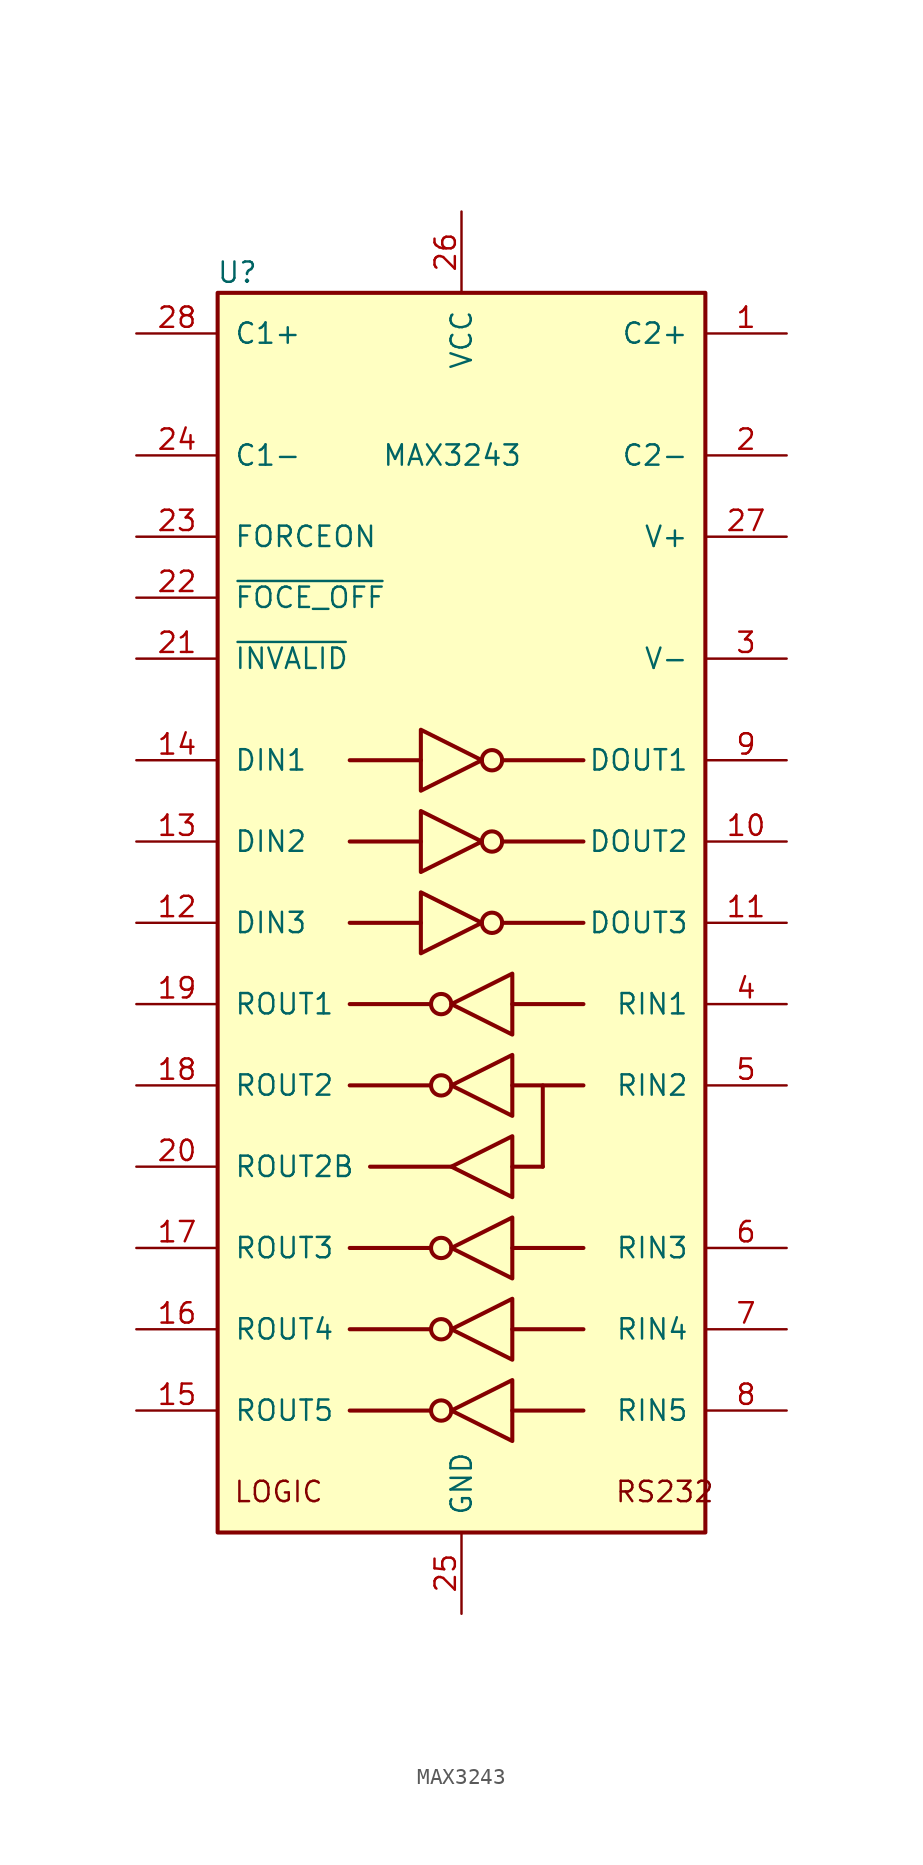
<source format=kicad_sym>
(kicad_symbol_lib
  (version 20211014)
  (generator kicad_symbol_editor)
  (symbol "MAX3243"
    (pin_names
      (offset 1.016))
    (property "Reference" "U"
      (at -12.7 43.18 0)
      (effects (font (size 1.27 1.27)) (justify right)))
    (property "Value" "MAX3243"
      (at 3.81 31.75 0)
      (effects (font (size 1.27 1.27)) (justify right)))
    (symbol "MAX3243_0_0"
      (text "LOGIC" (at -11.43 -33.02 0) (effects (font (size 1.27 1.27))))
      (text "RS232" (at 12.7 -33.02 0) (effects (font (size 1.27 1.27)))))
    (symbol "MAX3243_0_1"
      (rectangle (start -15.24 41.91) (end 15.24 -35.56) (stroke (width 0.254) (type default) (color 0 0 0 0)) (fill (type background)))
      (circle (center -1.27 -27.94) (radius 0.635) (stroke (width 0.254) (type default) (color 0 0 0 0)) (fill (type none)))
      (circle (center -1.27 -22.86) (radius 0.635) (stroke (width 0.254) (type default) (color 0 0 0 0)) (fill (type none)))
      (circle (center -1.27 -17.78) (radius 0.635) (stroke (width 0.254) (type default) (color 0 0 0 0)) (fill (type none)))
      (circle (center -1.27 -7.62) (radius 0.635) (stroke (width 0.254) (type default) (color 0 0 0 0)) (fill (type none)))
      (circle (center -1.27 -2.54) (radius 0.635) (stroke (width 0.254) (type default) (color 0 0 0 0)) (fill (type none)))
      (polyline (pts (xy -2.54 2.54) (xy -6.985 2.54)) (stroke (width 0.254) (type default) (color 0 0 0 0)) (fill (type none)))
      (polyline (pts (xy -2.54 7.62) (xy -6.985 7.62)) (stroke (width 0.254) (type default) (color 0 0 0 0)) (fill (type none)))
      (polyline (pts (xy -2.54 12.7) (xy -6.985 12.7)) (stroke (width 0.254) (type default) (color 0 0 0 0)) (fill (type none)))
      (polyline (pts (xy -1.905 -27.94) (xy -6.985 -27.94)) (stroke (width 0.254) (type default) (color 0 0 0 0)) (fill (type none)))
      (polyline (pts (xy -1.905 -22.86) (xy -6.985 -22.86)) (stroke (width 0.254) (type default) (color 0 0 0 0)) (fill (type none)))
      (polyline (pts (xy -1.905 -17.78) (xy -6.985 -17.78)) (stroke (width 0.254) (type default) (color 0 0 0 0)) (fill (type none)))
      (polyline (pts (xy -1.905 -7.62) (xy -6.985 -7.62)) (stroke (width 0.254) (type default) (color 0 0 0 0)) (fill (type none)))
      (polyline (pts (xy -1.905 -2.54) (xy -6.985 -2.54)) (stroke (width 0.254) (type default) (color 0 0 0 0)) (fill (type none)))
      (polyline (pts (xy -0.635 -12.7) (xy -5.715 -12.7)) (stroke (width 0.254) (type default) (color 0 0 0 0)) (fill (type none)))
      (polyline (pts (xy 2.54 2.54) (xy 7.62 2.54)) (stroke (width 0.254) (type default) (color 0 0 0 0)) (fill (type none)))
      (polyline (pts (xy 2.54 7.62) (xy 7.62 7.62)) (stroke (width 0.254) (type default) (color 0 0 0 0)) (fill (type none)))
      (polyline (pts (xy 2.54 12.7) (xy 7.62 12.7)) (stroke (width 0.254) (type default) (color 0 0 0 0)) (fill (type none)))
      (polyline (pts (xy 3.175 -27.94) (xy 7.62 -27.94)) (stroke (width 0.254) (type default) (color 0 0 0 0)) (fill (type none)))
      (polyline (pts (xy 3.175 -22.86) (xy 7.62 -22.86)) (stroke (width 0.254) (type default) (color 0 0 0 0)) (fill (type none)))
      (polyline (pts (xy 3.175 -17.78) (xy 7.62 -17.78)) (stroke (width 0.254) (type default) (color 0 0 0 0)) (fill (type none)))
      (polyline (pts (xy 3.175 -12.7) (xy 5.08 -12.7)) (stroke (width 0.254) (type default) (color 0 0 0 0)) (fill (type none)))
      (polyline (pts (xy 3.175 -7.62) (xy 7.62 -7.62)) (stroke (width 0.254) (type default) (color 0 0 0 0)) (fill (type none)))
      (polyline (pts (xy 3.175 -2.54) (xy 7.62 -2.54)) (stroke (width 0.254) (type default) (color 0 0 0 0)) (fill (type none)))
      (polyline (pts (xy 5.08 -12.7) (xy 5.08 -7.62)) (stroke (width 0.25) (type default) (color 0 0 0 0)) (fill (type none)))
      (polyline (pts (xy -2.54 4.445) (xy -2.54 0.635) (xy 1.27 2.54) (xy -2.54 4.445)) (stroke (width 0.254) (type default) (color 0 0 0 0)) (fill (type none)))
      (polyline (pts (xy -2.54 9.525) (xy -2.54 5.715) (xy 1.27 7.62) (xy -2.54 9.525)) (stroke (width 0.254) (type default) (color 0 0 0 0)) (fill (type none)))
      (polyline (pts (xy -2.54 14.605) (xy -2.54 10.795) (xy 1.27 12.7) (xy -2.54 14.605)) (stroke (width 0.254) (type default) (color 0 0 0 0)) (fill (type none)))
      (polyline (pts (xy 3.175 -26.035) (xy 3.175 -29.845) (xy -0.635 -27.94) (xy 3.175 -26.035)) (stroke (width 0.254) (type default) (color 0 0 0 0)) (fill (type none)))
      (polyline (pts (xy 3.175 -20.955) (xy 3.175 -24.765) (xy -0.635 -22.86) (xy 3.175 -20.955)) (stroke (width 0.254) (type default) (color 0 0 0 0)) (fill (type none)))
      (polyline (pts (xy 3.175 -15.875) (xy 3.175 -19.685) (xy -0.635 -17.78) (xy 3.175 -15.875)) (stroke (width 0.254) (type default) (color 0 0 0 0)) (fill (type none)))
      (polyline (pts (xy 3.175 -10.795) (xy 3.175 -14.605) (xy -0.635 -12.7) (xy 3.175 -10.795)) (stroke (width 0.254) (type default) (color 0 0 0 0)) (fill (type none)))
      (polyline (pts (xy 3.175 -5.715) (xy 3.175 -9.525) (xy -0.635 -7.62) (xy 3.175 -5.715)) (stroke (width 0.254) (type default) (color 0 0 0 0)) (fill (type none)))
      (polyline (pts (xy 3.175 -0.635) (xy 3.175 -4.445) (xy -0.635 -2.54) (xy 3.175 -0.635)) (stroke (width 0.254) (type default) (color 0 0 0 0)) (fill (type none)))
      (circle (center 1.905 2.54) (radius 0.635) (stroke (width 0.254) (type default) (color 0 0 0 0)) (fill (type none)))
      (circle (center 1.905 7.62) (radius 0.635) (stroke (width 0.254) (type default) (color 0 0 0 0)) (fill (type none)))
      (circle (center 1.905 12.7) (radius 0.635) (stroke (width 0.254) (type default) (color 0 0 0 0)) (fill (type none))))
    (symbol "MAX3243_1_1"
      (pin passive line (at 20.32 39.37 180) (length 5.08) (name "C2+" (effects (font (size 1.27 1.27)))) (number "1" (effects (font (size 1.27 1.27)))))
      (pin output line (at 20.32 7.62 180) (length 5.08) (name "DOUT2" (effects (font (size 1.27 1.27)))) (number "10" (effects (font (size 1.27 1.27)))))
      (pin output line (at 20.32 2.54 180) (length 5.08) (name "DOUT3" (effects (font (size 1.27 1.27)))) (number "11" (effects (font (size 1.27 1.27)))))
      (pin input line (at -20.32 2.54 0) (length 5.08) (name "DIN3" (effects (font (size 1.27 1.27)))) (number "12" (effects (font (size 1.27 1.27)))))
      (pin input line (at -20.32 7.62 0) (length 5.08) (name "DIN2" (effects (font (size 1.27 1.27)))) (number "13" (effects (font (size 1.27 1.27)))))
      (pin input line (at -20.32 12.7 0) (length 5.08) (name "DIN1" (effects (font (size 1.27 1.27)))) (number "14" (effects (font (size 1.27 1.27)))))
      (pin output line (at -20.32 -27.94 0) (length 5.08) (name "ROUT5" (effects (font (size 1.27 1.27)))) (number "15" (effects (font (size 1.27 1.27)))))
      (pin output line (at -20.32 -22.86 0) (length 5.08) (name "ROUT4" (effects (font (size 1.27 1.27)))) (number "16" (effects (font (size 1.27 1.27)))))
      (pin output line (at -20.32 -17.78 0) (length 5.08) (name "ROUT3" (effects (font (size 1.27 1.27)))) (number "17" (effects (font (size 1.27 1.27)))))
      (pin output line (at -20.32 -7.62 0) (length 5.08) (name "ROUT2" (effects (font (size 1.27 1.27)))) (number "18" (effects (font (size 1.27 1.27)))))
      (pin output line (at -20.32 -2.54 0) (length 5.08) (name "ROUT1" (effects (font (size 1.27 1.27)))) (number "19" (effects (font (size 1.27 1.27)))))
      (pin passive line (at 20.32 31.75 180) (length 5.08) (name "C2-" (effects (font (size 1.27 1.27)))) (number "2" (effects (font (size 1.27 1.27)))))
      (pin output line (at -20.32 -12.7 0) (length 5.08) (name "ROUT2B" (effects (font (size 1.27 1.27)))) (number "20" (effects (font (size 1.27 1.27)))))
      (pin output line (at -20.32 19.05 0) (length 5.08) (name "~{INVALID}" (effects (font (size 1.27 1.27)))) (number "21" (effects (font (size 1.27 1.27)))))
      (pin input line (at -20.32 22.86 0) (length 5.08) (name "~{FOCE_OFF}" (effects (font (size 1.27 1.27)))) (number "22" (effects (font (size 1.27 1.27)))))
      (pin input line (at -20.32 26.67 0) (length 5.08) (name "FORCEON" (effects (font (size 1.27 1.27)))) (number "23" (effects (font (size 1.27 1.27)))))
      (pin passive line (at -20.32 31.75 0) (length 5.08) (name "C1-" (effects (font (size 1.27 1.27)))) (number "24" (effects (font (size 1.27 1.27)))))
      (pin power_in line (at 0 -40.64 90) (length 5.08) (name "GND" (effects (font (size 1.27 1.27)))) (number "25" (effects (font (size 1.27 1.27)))))
      (pin power_in line (at 0 46.99 270) (length 5.08) (name "VCC" (effects (font (size 1.27 1.27)))) (number "26" (effects (font (size 1.27 1.27)))))
      (pin power_out line (at 20.32 26.67 180) (length 5.08) (name "V+" (effects (font (size 1.27 1.27)))) (number "27" (effects (font (size 1.27 1.27)))))
      (pin passive line (at -20.32 39.37 0) (length 5.08) (name "C1+" (effects (font (size 1.27 1.27)))) (number "28" (effects (font (size 1.27 1.27)))))
      (pin power_out line (at 20.32 19.05 180) (length 5.08) (name "V-" (effects (font (size 1.27 1.27)))) (number "3" (effects (font (size 1.27 1.27)))))
      (pin input line (at 20.32 -2.54 180) (length 5.08) (name "RIN1" (effects (font (size 1.27 1.27)))) (number "4" (effects (font (size 1.27 1.27)))))
      (pin input line (at 20.32 -7.62 180) (length 5.08) (name "RIN2" (effects (font (size 1.27 1.27)))) (number "5" (effects (font (size 1.27 1.27)))))
      (pin input line (at 20.32 -17.78 180) (length 5.08) (name "RIN3" (effects (font (size 1.27 1.27)))) (number "6" (effects (font (size 1.27 1.27)))))
      (pin input line (at 20.32 -22.86 180) (length 5.08) (name "RIN4" (effects (font (size 1.27 1.27)))) (number "7" (effects (font (size 1.27 1.27)))))
      (pin input line (at 20.32 -27.94 180) (length 5.08) (name "RIN5" (effects (font (size 1.27 1.27)))) (number "8" (effects (font (size 1.27 1.27)))))
      (pin output line (at 20.32 12.7 180) (length 5.08) (name "DOUT1" (effects (font (size 1.27 1.27)))) (number "9" (effects (font (size 1.27 1.27))))))))
</source>
